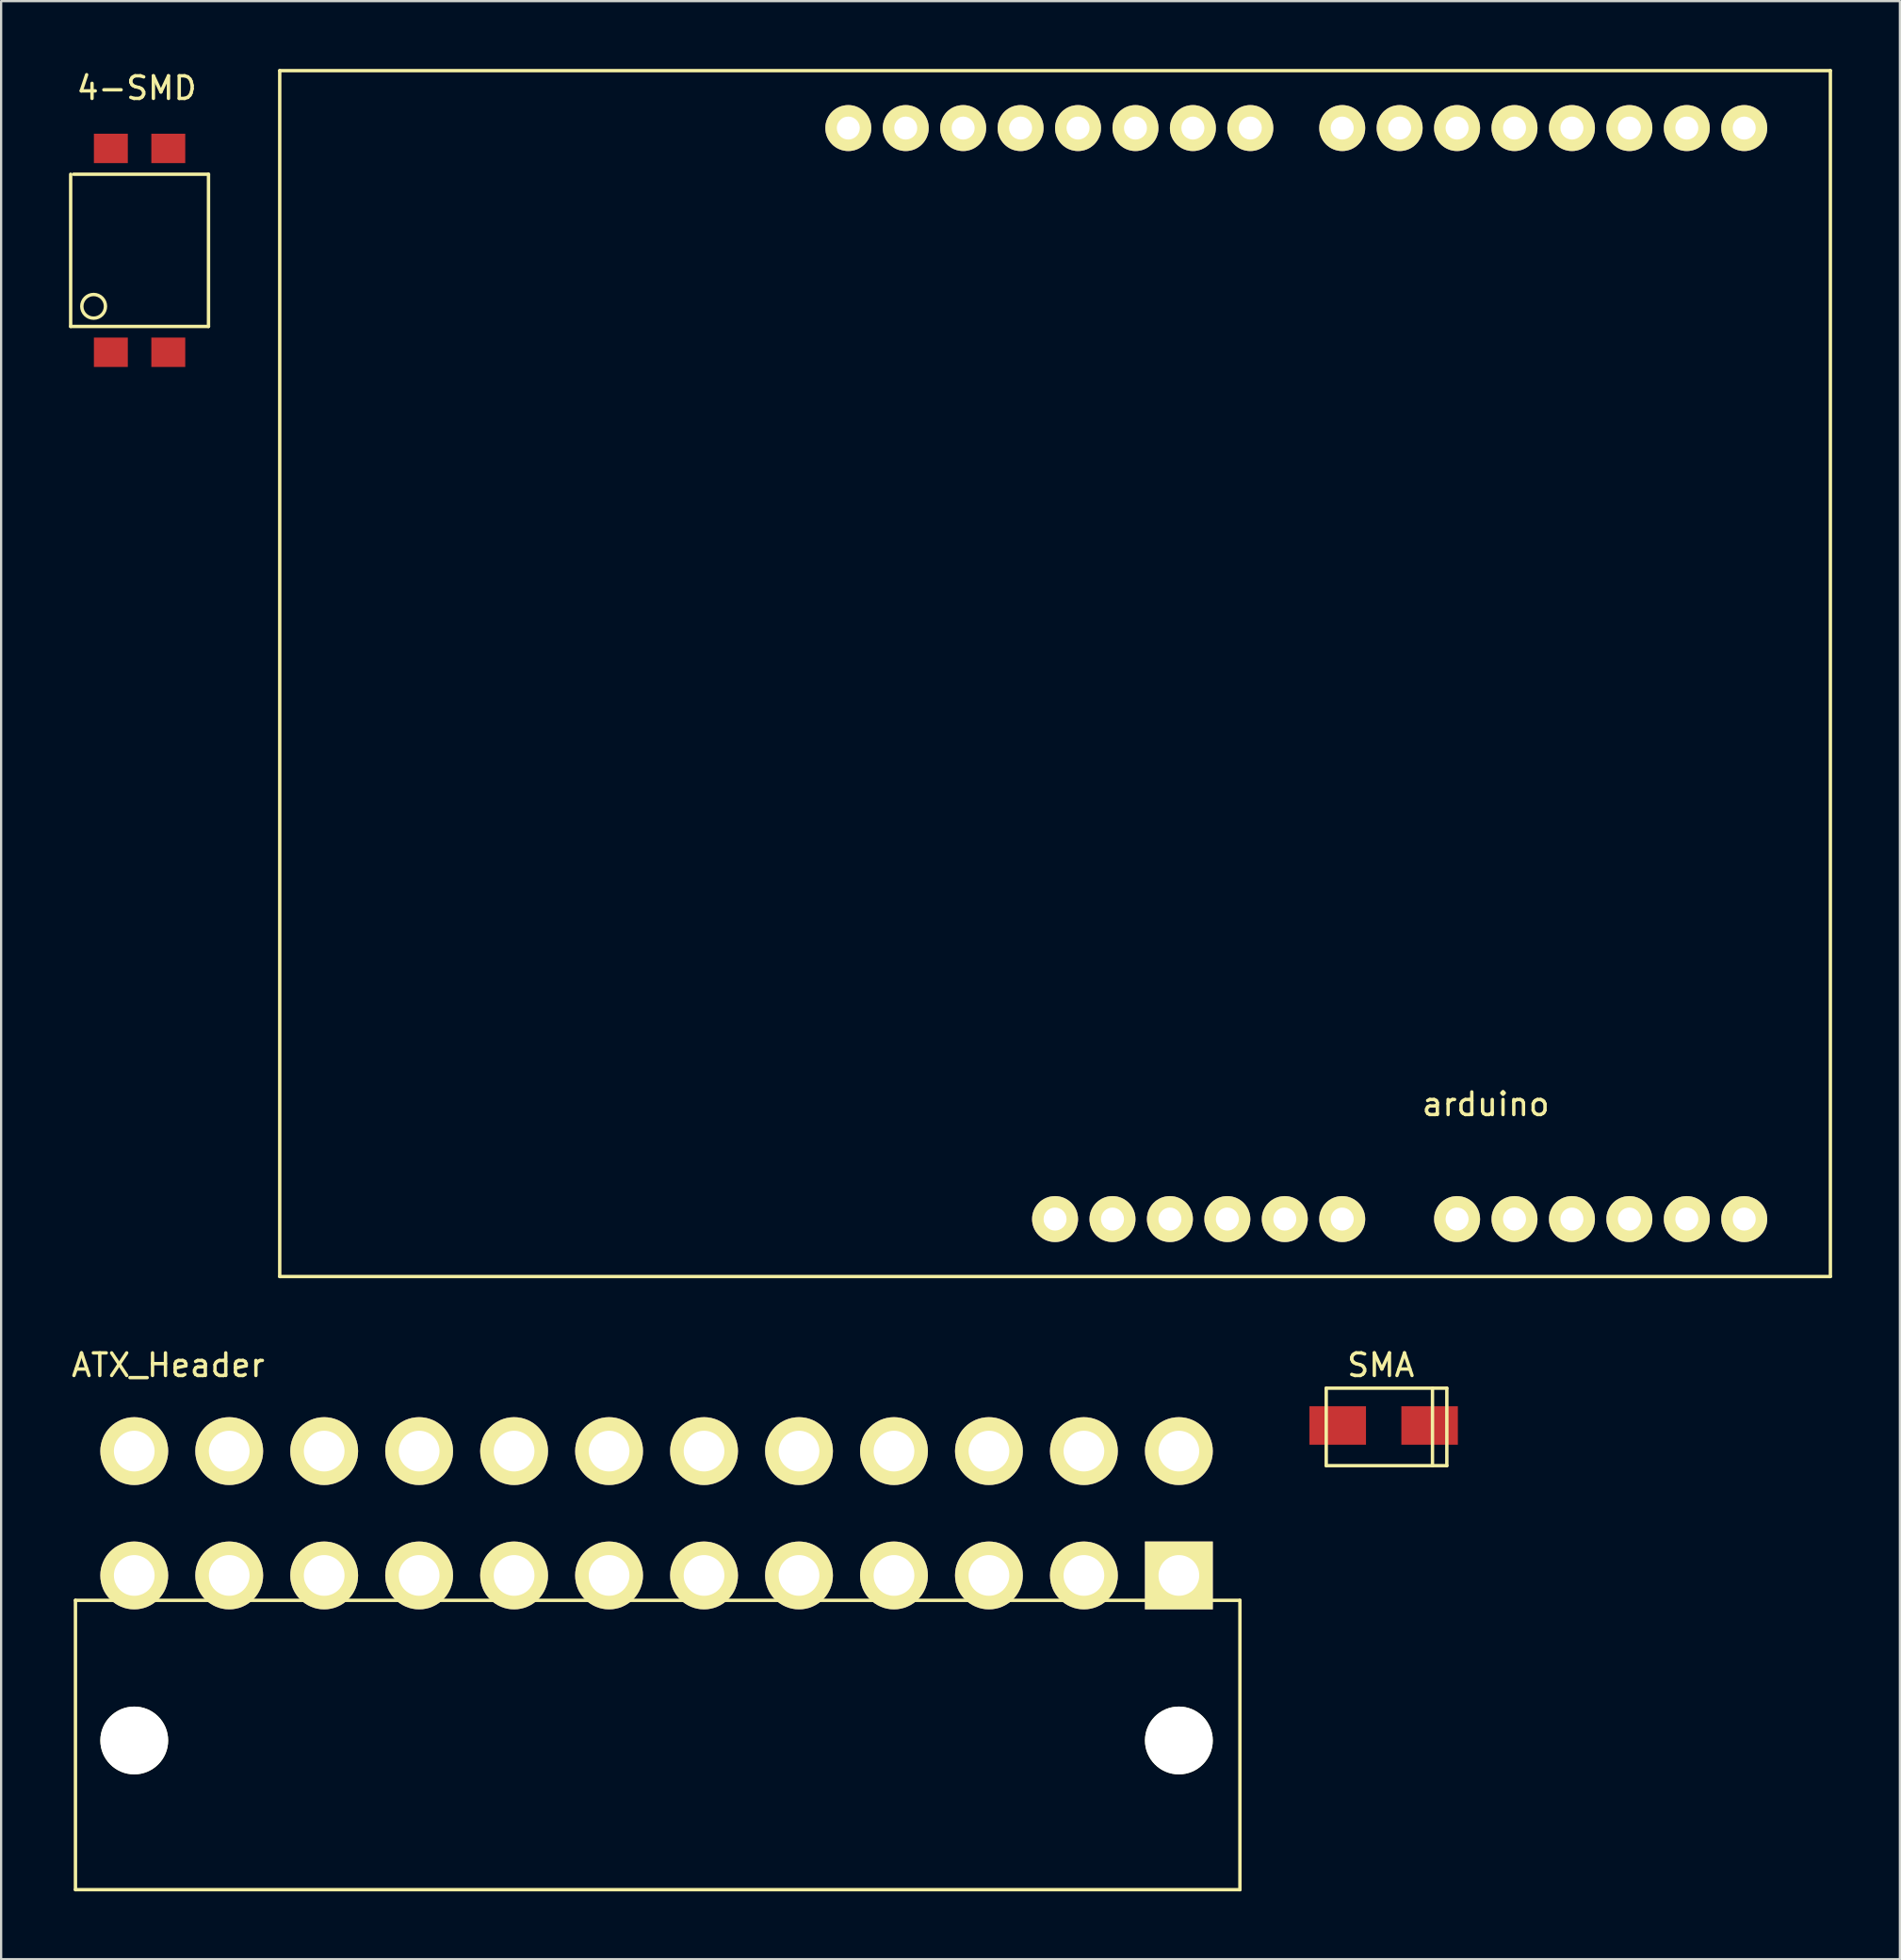
<source format=kicad_pcb>
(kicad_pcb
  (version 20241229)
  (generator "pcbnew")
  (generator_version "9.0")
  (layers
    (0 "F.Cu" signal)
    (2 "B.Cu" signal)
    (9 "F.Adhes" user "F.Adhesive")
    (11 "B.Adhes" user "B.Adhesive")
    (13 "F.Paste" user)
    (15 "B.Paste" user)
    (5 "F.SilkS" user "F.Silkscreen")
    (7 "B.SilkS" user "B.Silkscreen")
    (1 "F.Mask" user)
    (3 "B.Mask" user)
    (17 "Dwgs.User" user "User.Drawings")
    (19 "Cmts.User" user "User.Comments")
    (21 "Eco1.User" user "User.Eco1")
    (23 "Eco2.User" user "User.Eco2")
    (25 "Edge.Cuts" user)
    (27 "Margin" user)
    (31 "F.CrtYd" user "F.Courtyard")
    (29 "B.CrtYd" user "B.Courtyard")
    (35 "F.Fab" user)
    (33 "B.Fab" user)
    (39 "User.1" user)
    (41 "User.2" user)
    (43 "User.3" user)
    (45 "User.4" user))
  (footprint "SMA"
    (layer "F.Cu")
    (at 56.112 60.005)
    (property "Reference" "SMA" (at 1.905 -2.667 0) (layer "F.SilkS") (effects (font (size 1 1) (thickness 0.15))))
    (attr through_hole)
    (fp_line (start -0.508 -1.651) (end -0.508 1.778) (stroke (width 0.15) (type solid)) (layer "F.SilkS"))
    (fp_line (start -0.508 1.778) (end 4.826 1.778) (stroke (width 0.15) (type solid)) (layer "F.SilkS"))
    (fp_line (start 4.191 -1.651) (end 4.191 1.778) (stroke (width 0.15) (type solid)) (layer "F.SilkS"))
    (fp_line (start 4.826 -1.651) (end -0.508 -1.651) (stroke (width 0.15) (type solid)) (layer "F.SilkS"))
    (fp_line (start 4.826 1.778) (end 4.826 -1.651) (stroke (width 0.15) (type solid)) (layer "F.SilkS"))
    (pad "1" smd rect (at 0 0) (size 2.5 1.7) (layers "F.Cu" "F.Mask" "F.Paste"))
    (pad "2" smd rect (at 4.064 0) (size 2.5 1.7) (layers "F.Cu" "F.Mask" "F.Paste")))
  (footprint "ATX_Header"
    (layer "F.Cu")
    (at 2.887 73.938)
    (property "Reference" "ATX_Header" (at 1.5 -16.6 0) (layer "F.SilkS") (effects (font (size 1 1) (thickness 0.15))))
    (attr through_hole)
    (fp_line (start -2.6 -6.2) (end 48.9 -6.2) (stroke (width 0.15) (type solid)) (layer "F.SilkS"))
    (fp_line (start -2.6 6.6) (end -2.6 -6.2) (stroke (width 0.15) (type solid)) (layer "F.SilkS"))
    (fp_line (start -2.6 6.6) (end 48.9 6.6) (stroke (width 0.15) (type solid)) (layer "F.SilkS"))
    (fp_line (start 48.9 -6.2) (end 48.9 6.6) (stroke (width 0.15) (type solid)) (layer "F.SilkS"))
    (pad "" np_thru_hole circle (at 0 0) (size 3 3) (drill 3) (layers "*.Cu" "*.Mask" "F.SilkS"))
    (pad "" np_thru_hole circle (at 46.2 0) (size 3 3) (drill 3) (layers "*.Cu" "*.Mask" "F.SilkS"))
    (pad "1" thru_hole rect (at 46.2 -7.3) (size 3 3) (drill 1.8) (layers "*.Cu" "*.Mask" "F.SilkS"))
    (pad "2" thru_hole circle (at 42 -7.3) (size 3 3) (drill 1.8) (layers "*.Cu" "*.Mask" "F.SilkS"))
    (pad "3" thru_hole circle (at 37.8 -7.3) (size 3 3) (drill 1.8) (layers "*.Cu" "*.Mask" "F.SilkS"))
    (pad "4" thru_hole circle (at 33.6 -7.3) (size 3 3) (drill 1.8) (layers "*.Cu" "*.Mask" "F.SilkS"))
    (pad "5" thru_hole circle (at 29.4 -7.3) (size 3 3) (drill 1.8) (layers "*.Cu" "*.Mask" "F.SilkS"))
    (pad "6" thru_hole circle (at 25.2 -7.3) (size 3 3) (drill 1.8) (layers "*.Cu" "*.Mask" "F.SilkS"))
    (pad "7" thru_hole circle (at 21 -7.3) (size 3 3) (drill 1.8) (layers "*.Cu" "*.Mask" "F.SilkS"))
    (pad "8" thru_hole circle (at 16.8 -7.3) (size 3 3) (drill 1.8) (layers "*.Cu" "*.Mask" "F.SilkS"))
    (pad "9" thru_hole circle (at 12.6 -7.3) (size 3 3) (drill 1.8) (layers "*.Cu" "*.Mask" "F.SilkS"))
    (pad "10" thru_hole circle (at 8.4 -7.3) (size 3 3) (drill 1.8) (layers "*.Cu" "*.Mask" "F.SilkS"))
    (pad "11" thru_hole circle (at 4.2 -7.3) (size 3 3) (drill 1.8) (layers "*.Cu" "*.Mask" "F.SilkS"))
    (pad "12" thru_hole circle (at 0 -7.3) (size 3 3) (drill 1.8) (layers "*.Cu" "*.Mask" "F.SilkS"))
    (pad "13" thru_hole circle (at 46.2 -12.8) (size 3 3) (drill 1.8) (layers "*.Cu" "*.Mask" "F.SilkS"))
    (pad "14" thru_hole circle (at 42 -12.8) (size 3 3) (drill 1.8) (layers "*.Cu" "*.Mask" "F.SilkS"))
    (pad "15" thru_hole circle (at 37.8 -12.8) (size 3 3) (drill 1.8) (layers "*.Cu" "*.Mask" "F.SilkS"))
    (pad "16" thru_hole circle (at 33.6 -12.8) (size 3 3) (drill 1.8) (layers "*.Cu" "*.Mask" "F.SilkS"))
    (pad "17" thru_hole circle (at 29.4 -12.8) (size 3 3) (drill 1.8) (layers "*.Cu" "*.Mask" "F.SilkS"))
    (pad "18" thru_hole circle (at 25.2 -12.8) (size 3 3) (drill 1.8) (layers "*.Cu" "*.Mask" "F.SilkS"))
    (pad "19" thru_hole circle (at 21 -12.8) (size 3 3) (drill 1.8) (layers "*.Cu" "*.Mask" "F.SilkS"))
    (pad "20" thru_hole circle (at 16.8 -12.8) (size 3 3) (drill 1.8) (layers "*.Cu" "*.Mask" "F.SilkS"))
    (pad "21" thru_hole circle (at 12.6 -12.8) (size 3 3) (drill 1.8) (layers "*.Cu" "*.Mask" "F.SilkS"))
    (pad "22" thru_hole circle (at 8.4 -12.8) (size 3 3) (drill 1.8) (layers "*.Cu" "*.Mask" "F.SilkS"))
    (pad "23" thru_hole circle (at 4.2 -12.8) (size 3 3) (drill 1.8) (layers "*.Cu" "*.Mask" "F.SilkS"))
    (pad "24" thru_hole circle (at 0 -12.8) (size 3 3) (drill 1.8) (layers "*.Cu" "*.Mask" "F.SilkS")))
  (footprint "arduino"
    (layer "F.Cu")
    (at 74.091 50.875)
    (property "Reference" "arduino" (at -11.43 -5.08 0) (layer "F.SilkS") (effects (font (size 1 1) (thickness 0.15))))
    (attr through_hole)
    (fp_line (start -64.77 -50.8) (end -64.77 2.54) (stroke (width 0.15) (type solid)) (layer "F.SilkS"))
    (fp_line (start -64.77 2.54) (end 3.81 2.54) (stroke (width 0.15) (type solid)) (layer "F.SilkS"))
    (fp_line (start 3.81 -50.8) (end -64.77 -50.8) (stroke (width 0.15) (type solid)) (layer "F.SilkS"))
    (fp_line (start 3.81 2.54) (end 3.81 -50.8) (stroke (width 0.15) (type solid)) (layer "F.SilkS"))
    (pad "1" thru_hole circle (at -25.4 0) (size 2.032 2.032) (drill 1.016) (layers "*.Cu" "*.Mask" "F.SilkS"))
    (pad "2" thru_hole circle (at -22.86 0) (size 2.032 2.032) (drill 1.016) (layers "*.Cu" "*.Mask" "F.SilkS"))
    (pad "3" thru_hole circle (at -20.32 0) (size 2.032 2.032) (drill 1.016) (layers "*.Cu" "*.Mask" "F.SilkS"))
    (pad "4" thru_hole circle (at -17.78 0) (size 2.032 2.032) (drill 1.016) (layers "*.Cu" "*.Mask" "F.SilkS"))
    (pad "5" thru_hole circle (at -12.7 0) (size 2.032 2.032) (drill 1.016) (layers "*.Cu" "*.Mask" "F.SilkS"))
    (pad "6" thru_hole circle (at -10.16 0) (size 2.032 2.032) (drill 1.016) (layers "*.Cu" "*.Mask" "F.SilkS"))
    (pad "7" thru_hole circle (at -7.62 0) (size 2.032 2.032) (drill 1.016) (layers "*.Cu" "*.Mask" "F.SilkS"))
    (pad "8" thru_hole circle (at -5.08 0) (size 2.032 2.032) (drill 1.016) (layers "*.Cu" "*.Mask" "F.SilkS"))
    (pad "9" thru_hole circle (at -2.54 0) (size 2.032 2.032) (drill 1.016) (layers "*.Cu" "*.Mask" "F.SilkS"))
    (pad "10" thru_hole circle (at 0 0) (size 2.032 2.032) (drill 1.016) (layers "*.Cu" "*.Mask" "F.SilkS"))
    (pad "11" thru_hole circle (at 0 -48.26) (size 2.032 2.032) (drill 1.016) (layers "*.Cu" "*.Mask" "F.SilkS"))
    (pad "12" thru_hole circle (at -2.54 -48.26) (size 2.032 2.032) (drill 1.016) (layers "*.Cu" "*.Mask" "F.SilkS"))
    (pad "13" thru_hole circle (at -5.08 -48.26) (size 2.032 2.032) (drill 1.016) (layers "*.Cu" "*.Mask" "F.SilkS"))
    (pad "14" thru_hole circle (at -7.62 -48.26) (size 2.032 2.032) (drill 1.016) (layers "*.Cu" "*.Mask" "F.SilkS"))
    (pad "15" thru_hole circle (at -10.16 -48.26) (size 2.032 2.032) (drill 1.016) (layers "*.Cu" "*.Mask" "F.SilkS"))
    (pad "16" thru_hole circle (at -12.7 -48.26) (size 2.032 2.032) (drill 1.016) (layers "*.Cu" "*.Mask" "F.SilkS"))
    (pad "17" thru_hole circle (at -15.24 -48.26) (size 2.032 2.032) (drill 1.016) (layers "*.Cu" "*.Mask" "F.SilkS"))
    (pad "18" thru_hole circle (at -17.78 -48.26) (size 2.032 2.032) (drill 1.016) (layers "*.Cu" "*.Mask" "F.SilkS"))
    (pad "19" thru_hole circle (at -21.844 -48.26) (size 2.032 2.032) (drill 1.016) (layers "*.Cu" "*.Mask" "F.SilkS"))
    (pad "20" thru_hole circle (at -24.384 -48.26) (size 2.032 2.032) (drill 1.016) (layers "*.Cu" "*.Mask" "F.SilkS"))
    (pad "21" thru_hole circle (at -26.924 -48.26) (size 2.032 2.032) (drill 1.016) (layers "*.Cu" "*.Mask" "F.SilkS"))
    (pad "22" thru_hole circle (at -29.464 -48.26) (size 2.032 2.032) (drill 1.016) (layers "*.Cu" "*.Mask" "F.SilkS"))
    (pad "23" thru_hole circle (at -32.004 -48.26) (size 2.032 2.032) (drill 1.016) (layers "*.Cu" "*.Mask" "F.SilkS"))
    (pad "24" thru_hole circle (at -34.544 -48.26) (size 2.032 2.032) (drill 1.016) (layers "*.Cu" "*.Mask" "F.SilkS"))
    (pad "25" thru_hole circle (at -37.084 -48.26) (size 2.032 2.032) (drill 1.016) (layers "*.Cu" "*.Mask" "F.SilkS"))
    (pad "26" thru_hole circle (at -39.624 -48.26) (size 2.032 2.032) (drill 1.016) (layers "*.Cu" "*.Mask" "F.SilkS"))
    (pad "27" thru_hole circle (at -30.48 0) (size 2.032 2.032) (drill 1.016) (layers "*.Cu" "*.Mask" "F.SilkS"))
    (pad "28" thru_hole circle (at -27.94 0) (size 2.032 2.032) (drill 1.016) (layers "*.Cu" "*.Mask" "F.SilkS")))
  (footprint "4-SMD"
    (layer "F.Cu")
    (at 1.853 12.532)
    (property "Reference" "4-SMD" (at 1.143 -11.684 0) (layer "F.SilkS") (effects (font (size 1 1) (thickness 0.15))))
    (attr through_hole)
    (fp_line (start -1.778 -7.874) (end -1.778 -1.143) (stroke (width 0.15) (type solid)) (layer "F.SilkS"))
    (fp_line (start -1.778 -1.143) (end 4.318 -1.143) (stroke (width 0.15) (type solid)) (layer "F.SilkS"))
    (fp_line (start 4.318 -7.874) (end -1.651 -7.874) (stroke (width 0.15) (type solid)) (layer "F.SilkS"))
    (fp_line (start 4.318 -1.143) (end 4.318 -7.874) (stroke (width 0.15) (type solid)) (layer "F.SilkS"))
    (fp_circle (center -0.762 -2.032) (end -0.254 -2.159) (stroke (width 0.15) (type solid)) (fill no) (layer "F.SilkS"))
    (pad "1" smd rect (at 0 0) (size 1.5 1.3) (layers "F.Cu" "F.Mask" "F.Paste"))
    (pad "2" smd rect (at 2.54 0) (size 1.5 1.3) (layers "F.Cu" "F.Mask" "F.Paste"))
    (pad "3" smd rect (at 2.54 -9.017) (size 1.5 1.3) (layers "F.Cu" "F.Mask" "F.Paste"))
    (pad "4" smd rect (at 0 -9.017) (size 1.5 1.3) (layers "F.Cu" "F.Mask" "F.Paste")))
  (gr_rect
    (start -3 -3)
    (end 80.976 83.613)
    (stroke (width 0.1) (type default))
    (fill no)
    (layer "Edge.Cuts")))
</source>
